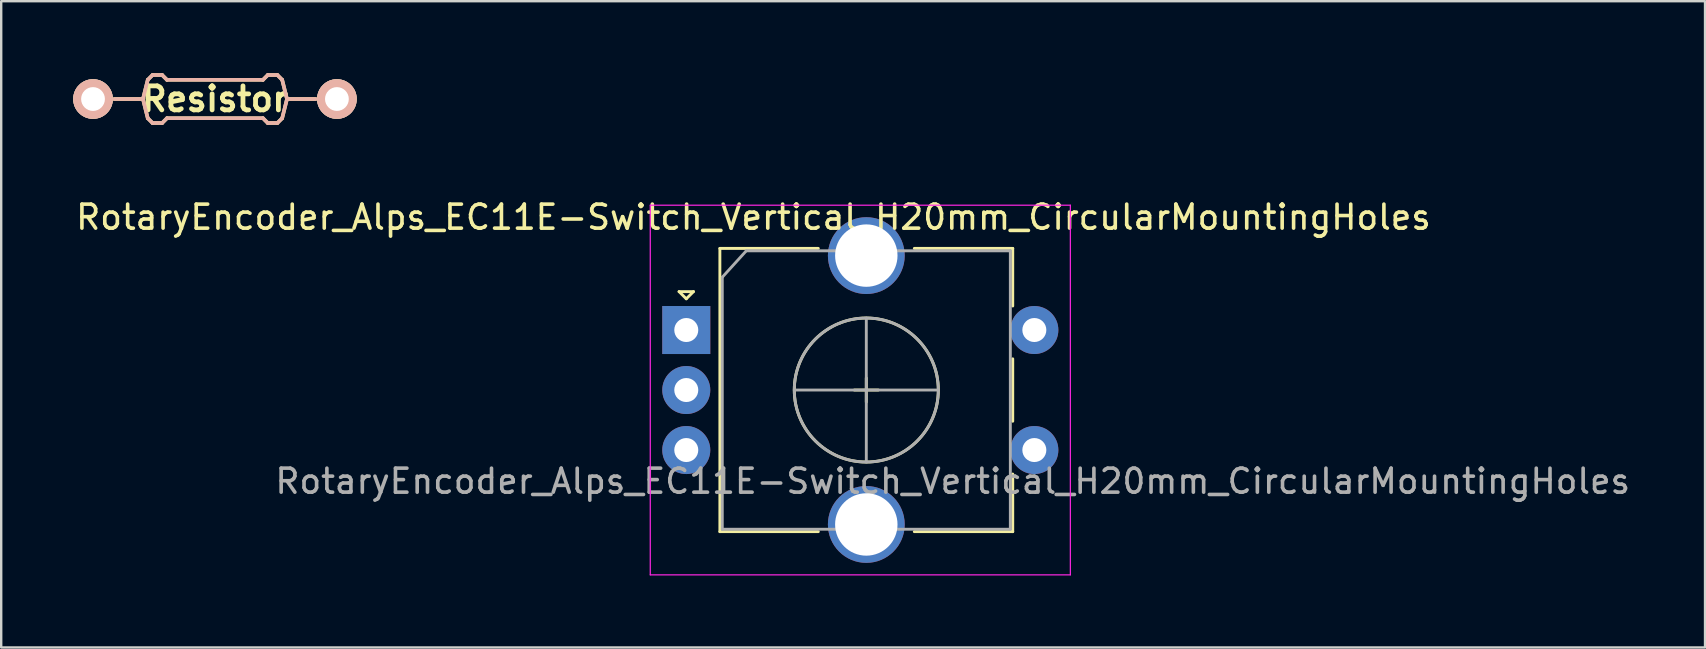
<source format=kicad_pcb>
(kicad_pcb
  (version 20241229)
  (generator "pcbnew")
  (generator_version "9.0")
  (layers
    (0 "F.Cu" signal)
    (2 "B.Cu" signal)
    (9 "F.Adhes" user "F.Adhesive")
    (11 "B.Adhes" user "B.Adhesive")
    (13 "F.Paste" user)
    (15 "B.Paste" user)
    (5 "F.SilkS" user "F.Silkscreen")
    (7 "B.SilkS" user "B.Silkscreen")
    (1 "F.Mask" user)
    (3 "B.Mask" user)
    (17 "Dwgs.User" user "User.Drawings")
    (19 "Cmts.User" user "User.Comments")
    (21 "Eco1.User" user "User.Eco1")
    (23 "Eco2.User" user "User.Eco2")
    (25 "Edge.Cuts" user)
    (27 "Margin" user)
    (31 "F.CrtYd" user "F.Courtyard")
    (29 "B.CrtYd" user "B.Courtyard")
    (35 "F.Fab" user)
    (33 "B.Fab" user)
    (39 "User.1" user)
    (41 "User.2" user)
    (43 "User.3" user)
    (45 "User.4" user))
  (footprint "Resistor"
    (layer "F.Cu")
    (at 5.905 1.075)
    (property "Reference" "Resistor" (at 0 0 0) (layer "F.SilkS") (effects (font (size 1 1) (thickness 0.2))))
    (attr through_hole)
    (fp_line (start -4.2 0) (end -3 0) (stroke (width 0.15) (type solid)) (layer "F.SilkS"))
    (fp_line (start -3 0) (end -2.8 -0.8) (stroke (width 0.15) (type solid)) (layer "F.SilkS"))
    (fp_line (start -2.8 -0.8) (end -2.6 -1) (stroke (width 0.15) (type solid)) (layer "F.SilkS"))
    (fp_line (start -2.8 0.8) (end -3 0) (stroke (width 0.15) (type solid)) (layer "F.SilkS"))
    (fp_line (start -2.6 -1) (end -2.2 -1) (stroke (width 0.15) (type solid)) (layer "F.SilkS"))
    (fp_line (start -2.6 1) (end -2.8 0.8) (stroke (width 0.15) (type solid)) (layer "F.SilkS"))
    (fp_line (start -2.2 -1) (end -2 -0.8) (stroke (width 0.15) (type solid)) (layer "F.SilkS"))
    (fp_line (start -2.2 1) (end -2.6 1) (stroke (width 0.15) (type solid)) (layer "F.SilkS"))
    (fp_line (start -2 -0.8) (end 2 -0.8) (stroke (width 0.15) (type solid)) (layer "F.SilkS"))
    (fp_line (start -2 0.8) (end -2.2 1) (stroke (width 0.15) (type solid)) (layer "F.SilkS"))
    (fp_line (start 2 -0.8) (end 2.2 -1) (stroke (width 0.15) (type solid)) (layer "F.SilkS"))
    (fp_line (start 2 0.8) (end -2 0.8) (stroke (width 0.15) (type solid)) (layer "F.SilkS"))
    (fp_line (start 2.2 -1) (end 2.6 -1) (stroke (width 0.15) (type solid)) (layer "F.SilkS"))
    (fp_line (start 2.2 1) (end 2 0.8) (stroke (width 0.15) (type solid)) (layer "F.SilkS"))
    (fp_line (start 2.6 -1) (end 2.8 -0.8) (stroke (width 0.15) (type solid)) (layer "F.SilkS"))
    (fp_line (start 2.6 1) (end 2.2 1) (stroke (width 0.15) (type solid)) (layer "F.SilkS"))
    (fp_line (start 2.8 -0.8) (end 3 0) (stroke (width 0.15) (type solid)) (layer "F.SilkS"))
    (fp_line (start 2.8 0.8) (end 2.6 1) (stroke (width 0.15) (type solid)) (layer "F.SilkS"))
    (fp_line (start 3 0) (end 2.8 0.8) (stroke (width 0.15) (type solid)) (layer "F.SilkS"))
    (fp_line (start 3 0) (end 4.2 0) (stroke (width 0.15) (type solid)) (layer "F.SilkS"))
    (fp_line (start -4.2 0) (end -3 0) (stroke (width 0.15) (type solid)) (layer "B.SilkS"))
    (fp_line (start -3 0) (end -2.8 -0.8) (stroke (width 0.15) (type solid)) (layer "B.SilkS"))
    (fp_line (start -2.8 -0.8) (end -2.6 -1) (stroke (width 0.15) (type solid)) (layer "B.SilkS"))
    (fp_line (start -2.8 0.8) (end -3 0) (stroke (width 0.15) (type solid)) (layer "B.SilkS"))
    (fp_line (start -2.6 -1) (end -2.2 -1) (stroke (width 0.15) (type solid)) (layer "B.SilkS"))
    (fp_line (start -2.6 1) (end -2.8 0.8) (stroke (width 0.15) (type solid)) (layer "B.SilkS"))
    (fp_line (start -2.2 -1) (end -2 -0.8) (stroke (width 0.15) (type solid)) (layer "B.SilkS"))
    (fp_line (start -2.2 1) (end -2.6 1) (stroke (width 0.15) (type solid)) (layer "B.SilkS"))
    (fp_line (start -2 -0.8) (end 2 -0.8) (stroke (width 0.15) (type solid)) (layer "B.SilkS"))
    (fp_line (start -2 0.8) (end -2.2 1) (stroke (width 0.15) (type solid)) (layer "B.SilkS"))
    (fp_line (start 2 -0.8) (end 2.2 -1) (stroke (width 0.15) (type solid)) (layer "B.SilkS"))
    (fp_line (start 2 0.8) (end -2 0.8) (stroke (width 0.15) (type solid)) (layer "B.SilkS"))
    (fp_line (start 2.2 -1) (end 2.6 -1) (stroke (width 0.15) (type solid)) (layer "B.SilkS"))
    (fp_line (start 2.2 1) (end 2 0.8) (stroke (width 0.15) (type solid)) (layer "B.SilkS"))
    (fp_line (start 2.6 -1) (end 2.8 -0.8) (stroke (width 0.15) (type solid)) (layer "B.SilkS"))
    (fp_line (start 2.6 1) (end 2.2 1) (stroke (width 0.15) (type solid)) (layer "B.SilkS"))
    (fp_line (start 2.8 -0.8) (end 3 0) (stroke (width 0.15) (type solid)) (layer "B.SilkS"))
    (fp_line (start 2.8 0.8) (end 2.6 1) (stroke (width 0.15) (type solid)) (layer "B.SilkS"))
    (fp_line (start 3 0) (end 2.8 0.8) (stroke (width 0.15) (type solid)) (layer "B.SilkS"))
    (fp_line (start 3 0) (end 4.2 0) (stroke (width 0.15) (type solid)) (layer "B.SilkS"))
    (pad "1" thru_hole circle (at -5.08 0) (size 1.651 1.651) (drill 0.991) (layers "*.Cu" "*.SilkS" "*.Mask"))
    (pad "2" thru_hole circle (at 5.08 0) (size 1.651 1.651) (drill 0.991) (layers "*.Cu" "*.SilkS" "*.Mask")))
  (footprint "RotaryEncoder_Alps_EC11E-Switch_Vertical_H20mm_CircularMountingHoles"
    (layer "F.Cu")
    (at 25.539 10.698)
    (property "Reference" "RotaryEncoder_Alps_EC11E-Switch_Vertical_H20mm_CircularMountingHoles" (at 2.8 -4.7 0) (layer "F.SilkS") (effects (font (size 1 1) (thickness 0.15))))
    (attr through_hole)
    (fp_line (start -0.3 -1.6) (end 0.3 -1.6) (stroke (width 0.12) (type solid)) (layer "F.SilkS"))
    (fp_line (start 0 -1.3) (end -0.3 -1.6) (stroke (width 0.12) (type solid)) (layer "F.SilkS"))
    (fp_line (start 0.3 -1.6) (end 0 -1.3) (stroke (width 0.12) (type solid)) (layer "F.SilkS"))
    (fp_line (start 1.4 -3.4) (end 1.4 8.4) (stroke (width 0.12) (type solid)) (layer "F.SilkS"))
    (fp_line (start 5.5 -3.4) (end 1.4 -3.4) (stroke (width 0.12) (type solid)) (layer "F.SilkS"))
    (fp_line (start 5.5 8.4) (end 1.4 8.4) (stroke (width 0.12) (type solid)) (layer "F.SilkS"))
    (fp_line (start 7 2.5) (end 8 2.5) (stroke (width 0.12) (type solid)) (layer "F.SilkS"))
    (fp_line (start 7.5 2) (end 7.5 3) (stroke (width 0.12) (type solid)) (layer "F.SilkS"))
    (fp_line (start 9.5 -3.4) (end 13.6 -3.4) (stroke (width 0.12) (type solid)) (layer "F.SilkS"))
    (fp_line (start 13.6 -3.4) (end 13.6 -1) (stroke (width 0.12) (type solid)) (layer "F.SilkS"))
    (fp_line (start 13.6 1.2) (end 13.6 3.8) (stroke (width 0.12) (type solid)) (layer "F.SilkS"))
    (fp_line (start 13.6 6) (end 13.6 8.4) (stroke (width 0.12) (type solid)) (layer "F.SilkS"))
    (fp_line (start 13.6 8.4) (end 9.5 8.4) (stroke (width 0.12) (type solid)) (layer "F.SilkS"))
    (fp_circle (center 7.5 2.5) (end 10.5 2.5) (stroke (width 0.12) (type solid)) (fill no) (layer "F.SilkS"))
    (fp_line (start -1.5 -5.2) (end -1.5 10.2) (stroke (width 0.05) (type solid)) (layer "F.CrtYd"))
    (fp_line (start -1.5 -5.2) (end 16 -5.2) (stroke (width 0.05) (type solid)) (layer "F.CrtYd"))
    (fp_line (start 16 10.2) (end -1.5 10.2) (stroke (width 0.05) (type solid)) (layer "F.CrtYd"))
    (fp_line (start 16 10.2) (end 16 -5.2) (stroke (width 0.05) (type solid)) (layer "F.CrtYd"))
    (fp_line (start 1.5 -2.2) (end 2.5 -3.3) (stroke (width 0.12) (type solid)) (layer "F.Fab"))
    (fp_line (start 1.5 8.3) (end 1.5 -2.2) (stroke (width 0.12) (type solid)) (layer "F.Fab"))
    (fp_line (start 2.5 -3.3) (end 13.5 -3.3) (stroke (width 0.12) (type solid)) (layer "F.Fab"))
    (fp_line (start 4.5 2.5) (end 10.5 2.5) (stroke (width 0.12) (type solid)) (layer "F.Fab"))
    (fp_line (start 7.5 -0.5) (end 7.5 5.5) (stroke (width 0.12) (type solid)) (layer "F.Fab"))
    (fp_line (start 13.5 -3.3) (end 13.5 8.3) (stroke (width 0.12) (type solid)) (layer "F.Fab"))
    (fp_line (start 13.5 8.3) (end 1.5 8.3) (stroke (width 0.12) (type solid)) (layer "F.Fab"))
    (fp_circle (center 7.5 2.5) (end 10.5 2.5) (stroke (width 0.12) (type solid)) (fill no) (layer "F.Fab"))
    (fp_text user "${REFERENCE}" (at 11.1 6.3 0) (layer "F.Fab") (effects (font (size 1 1) (thickness 0.15))))
    (pad "A" thru_hole rect (at 0 0) (size 2 2) (drill 1) (layers "*.Cu" "*.Mask"))
    (pad "B" thru_hole circle (at 0 5) (size 2 2) (drill 1) (layers "*.Cu" "*.Mask"))
    (pad "C" thru_hole circle (at 0 2.5) (size 2 2) (drill 1) (layers "*.Cu" "*.Mask"))
    (pad "MP" thru_hole circle (at 7.5 -3.1) (size 3.2 3.2) (drill 2.6) (layers "*.Cu" "*.Mask"))
    (pad "MP" thru_hole circle (at 7.5 8.1) (size 3.2 3.2) (drill 2.6) (layers "*.Cu" "*.Mask"))
    (pad "S1" thru_hole circle (at 14.5 5) (size 2 2) (drill 1) (layers "*.Cu" "*.Mask"))
    (pad "S2" thru_hole circle (at 14.5 0) (size 2 2) (drill 1) (layers "*.Cu" "*.Mask")))
  (gr_rect
    (start -3 -3)
    (end 67.979 23.923)
    (stroke (width 0.1) (type default))
    (fill no)
    (layer "Edge.Cuts")))
</source>
